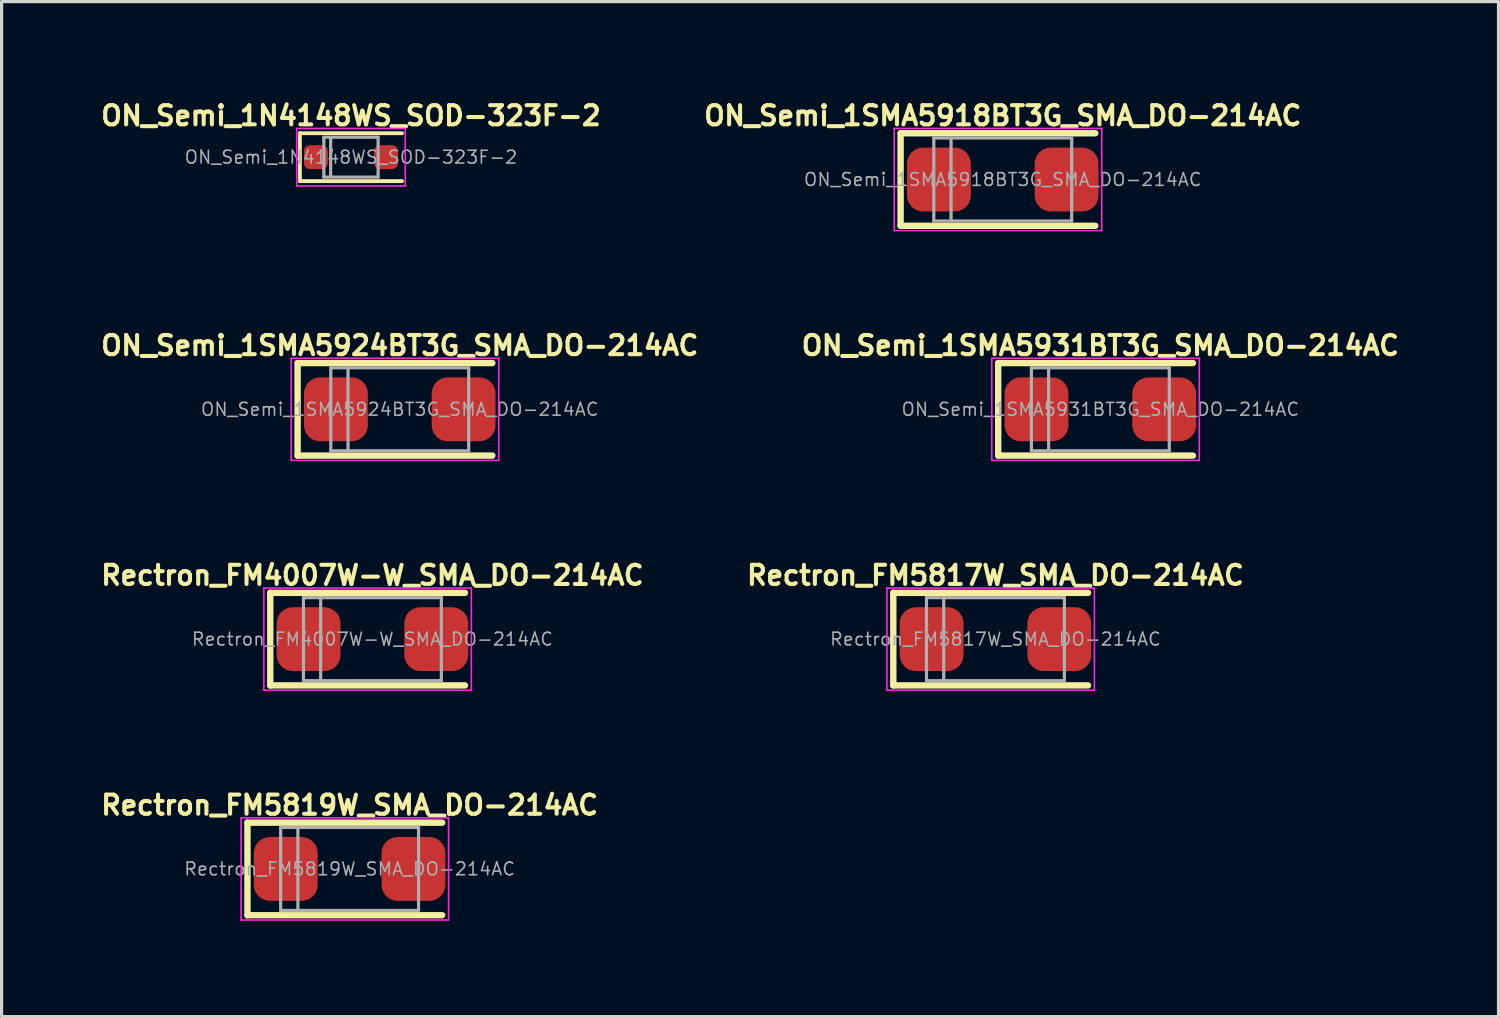
<source format=kicad_pcb>
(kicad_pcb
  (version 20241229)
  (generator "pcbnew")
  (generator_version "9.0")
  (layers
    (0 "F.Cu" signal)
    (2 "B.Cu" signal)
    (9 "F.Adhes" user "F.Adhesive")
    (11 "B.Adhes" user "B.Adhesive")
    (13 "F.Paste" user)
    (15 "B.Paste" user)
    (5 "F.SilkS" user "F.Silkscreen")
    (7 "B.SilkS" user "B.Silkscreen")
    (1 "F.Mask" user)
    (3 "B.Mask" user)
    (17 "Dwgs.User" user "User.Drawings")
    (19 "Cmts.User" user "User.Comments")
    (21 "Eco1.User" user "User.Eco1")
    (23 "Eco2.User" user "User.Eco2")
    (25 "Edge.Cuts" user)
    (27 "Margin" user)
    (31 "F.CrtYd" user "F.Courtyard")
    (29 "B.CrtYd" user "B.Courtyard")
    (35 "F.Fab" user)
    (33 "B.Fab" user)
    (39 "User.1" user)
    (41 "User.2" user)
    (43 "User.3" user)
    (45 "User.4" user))
  (footprint "ON_Semi_1SMA5924BT3G_SMA_DO-214AC"
    (layer "F.Cu")
    (at 9.473 9.773)
    (property "Reference" "ON_Semi_1SMA5924BT3G_SMA_DO-214AC" (at 0 -2 0) (layer "F.SilkS") (effects (font (size 0.6 0.6) (thickness 0.127))))
    (attr smd)
    (fp_line (start -3.2 -1.45) (end -3.2 1.45) (stroke (width 0.2) (type solid)) (layer "F.SilkS"))
    (fp_line (start -3.2 -1.45) (end 2.9 -1.45) (stroke (width 0.2) (type solid)) (layer "F.SilkS"))
    (fp_line (start -3.2 1.45) (end 2.9 1.45) (stroke (width 0.2) (type solid)) (layer "F.SilkS"))
    (fp_line (start -3.4 -1.6) (end 3.1 -1.6) (stroke (width 0.05) (type solid)) (layer "F.CrtYd"))
    (fp_line (start -3.4 1.6) (end -3.4 -1.6) (stroke (width 0.05) (type solid)) (layer "F.CrtYd"))
    (fp_line (start 3.1 -1.6) (end 3.1 1.6) (stroke (width 0.05) (type solid)) (layer "F.CrtYd"))
    (fp_line (start 3.1 1.6) (end -3.4 1.6) (stroke (width 0.05) (type solid)) (layer "F.CrtYd"))
    (fp_line (start -2.16 1.3) (end -2.16 -1.3) (stroke (width 0.1) (type solid)) (layer "F.Fab"))
    (fp_line (start -1.62 -1.3) (end -1.62 1.3) (stroke (width 0.1) (type solid)) (layer "F.Fab"))
    (fp_line (start 2.16 -1.3) (end -2.16 -1.3) (stroke (width 0.1) (type solid)) (layer "F.Fab"))
    (fp_line (start 2.16 -1.3) (end 2.16 1.3) (stroke (width 0.1) (type solid)) (layer "F.Fab"))
    (fp_line (start 2.16 1.3) (end -2.16 1.3) (stroke (width 0.1) (type solid)) (layer "F.Fab"))
    (fp_text user "${REFERENCE}" (at 0 0 0) (layer "F.Fab") (effects (font (size 0.4 0.4) (thickness 0.05))))
    (pad "1" smd roundrect (at -2 0) (size 2 2) (layers "F.Cu" "F.Mask" "F.Paste") (roundrect_rratio 0.25))
    (pad "2" smd roundrect (at 2 0) (size 2 2) (layers "F.Cu" "F.Mask" "F.Paste") (roundrect_rratio 0.25)))
  (footprint "Rectron_FM5817W_SMA_DO-214AC"
    (layer "F.Cu")
    (at 28.134 16.972)
    (property "Reference" "Rectron_FM5817W_SMA_DO-214AC" (at 0 -2 0) (layer "F.SilkS") (effects (font (size 0.6 0.6) (thickness 0.127))))
    (attr smd)
    (fp_line (start -3.2 -1.45) (end -3.2 1.45) (stroke (width 0.2) (type solid)) (layer "F.SilkS"))
    (fp_line (start -3.2 -1.45) (end 2.9 -1.45) (stroke (width 0.2) (type solid)) (layer "F.SilkS"))
    (fp_line (start -3.2 1.45) (end 2.9 1.45) (stroke (width 0.2) (type solid)) (layer "F.SilkS"))
    (fp_line (start -3.4 -1.6) (end 3.1 -1.6) (stroke (width 0.05) (type solid)) (layer "F.CrtYd"))
    (fp_line (start -3.4 1.6) (end -3.4 -1.6) (stroke (width 0.05) (type solid)) (layer "F.CrtYd"))
    (fp_line (start 3.1 -1.6) (end 3.1 1.6) (stroke (width 0.05) (type solid)) (layer "F.CrtYd"))
    (fp_line (start 3.1 1.6) (end -3.4 1.6) (stroke (width 0.05) (type solid)) (layer "F.CrtYd"))
    (fp_line (start -2.16 1.3) (end -2.16 -1.3) (stroke (width 0.1) (type solid)) (layer "F.Fab"))
    (fp_line (start -1.62 -1.3) (end -1.62 1.3) (stroke (width 0.1) (type solid)) (layer "F.Fab"))
    (fp_line (start 2.16 -1.3) (end -2.16 -1.3) (stroke (width 0.1) (type solid)) (layer "F.Fab"))
    (fp_line (start 2.16 -1.3) (end 2.16 1.3) (stroke (width 0.1) (type solid)) (layer "F.Fab"))
    (fp_line (start 2.16 1.3) (end -2.16 1.3) (stroke (width 0.1) (type solid)) (layer "F.Fab"))
    (fp_text user "${REFERENCE}" (at 0 0 0) (layer "F.Fab") (effects (font (size 0.4 0.4) (thickness 0.05))))
    (pad "1" smd roundrect (at -2 0) (size 2 2) (layers "F.Cu" "F.Mask" "F.Paste") (roundrect_rratio 0.25))
    (pad "2" smd roundrect (at 2 0) (size 2 2) (layers "F.Cu" "F.Mask" "F.Paste") (roundrect_rratio 0.25)))
  (footprint "ON_Semi_1SMA5918BT3G_SMA_DO-214AC"
    (layer "F.Cu")
    (at 28.363 2.574)
    (property "Reference" "ON_Semi_1SMA5918BT3G_SMA_DO-214AC" (at 0 -2 0) (layer "F.SilkS") (effects (font (size 0.6 0.6) (thickness 0.127))))
    (attr smd)
    (fp_line (start -3.2 -1.45) (end -3.2 1.45) (stroke (width 0.2) (type solid)) (layer "F.SilkS"))
    (fp_line (start -3.2 -1.45) (end 2.9 -1.45) (stroke (width 0.2) (type solid)) (layer "F.SilkS"))
    (fp_line (start -3.2 1.45) (end 2.9 1.45) (stroke (width 0.2) (type solid)) (layer "F.SilkS"))
    (fp_line (start -3.4 -1.6) (end 3.1 -1.6) (stroke (width 0.05) (type solid)) (layer "F.CrtYd"))
    (fp_line (start -3.4 1.6) (end -3.4 -1.6) (stroke (width 0.05) (type solid)) (layer "F.CrtYd"))
    (fp_line (start 3.1 -1.6) (end 3.1 1.6) (stroke (width 0.05) (type solid)) (layer "F.CrtYd"))
    (fp_line (start 3.1 1.6) (end -3.4 1.6) (stroke (width 0.05) (type solid)) (layer "F.CrtYd"))
    (fp_line (start -2.16 1.3) (end -2.16 -1.3) (stroke (width 0.1) (type solid)) (layer "F.Fab"))
    (fp_line (start -1.62 -1.3) (end -1.62 1.3) (stroke (width 0.1) (type solid)) (layer "F.Fab"))
    (fp_line (start 2.16 -1.3) (end -2.16 -1.3) (stroke (width 0.1) (type solid)) (layer "F.Fab"))
    (fp_line (start 2.16 -1.3) (end 2.16 1.3) (stroke (width 0.1) (type solid)) (layer "F.Fab"))
    (fp_line (start 2.16 1.3) (end -2.16 1.3) (stroke (width 0.1) (type solid)) (layer "F.Fab"))
    (fp_text user "${REFERENCE}" (at 0 0 0) (layer "F.Fab") (effects (font (size 0.4 0.4) (thickness 0.05))))
    (pad "1" smd roundrect (at -2 0) (size 2 2) (layers "F.Cu" "F.Mask" "F.Paste") (roundrect_rratio 0.25))
    (pad "2" smd roundrect (at 2 0) (size 2 2) (layers "F.Cu" "F.Mask" "F.Paste") (roundrect_rratio 0.25)))
  (footprint "ON_Semi_1N4148WS_SOD-323F-2"
    (layer "F.Cu")
    (at 7.945 1.874)
    (property "Reference" "ON_Semi_1N4148WS_SOD-323F-2" (at 0 -1.3 0) (layer "F.SilkS") (effects (font (size 0.6 0.6) (thickness 0.127))))
    (attr smd)
    (fp_line (start -1.6 -0.75) (end -1.6 0.75) (stroke (width 0.12) (type solid)) (layer "F.SilkS"))
    (fp_line (start -1.6 -0.75) (end 1.6 -0.75) (stroke (width 0.12) (type solid)) (layer "F.SilkS"))
    (fp_line (start -1.6 0.75) (end 1.6 0.75) (stroke (width 0.12) (type solid)) (layer "F.SilkS"))
    (fp_line (start -1.7 -0.9) (end -1.7 0.9) (stroke (width 0.05) (type solid)) (layer "F.CrtYd"))
    (fp_line (start -1.7 -0.9) (end 1.7 -0.9) (stroke (width 0.05) (type solid)) (layer "F.CrtYd"))
    (fp_line (start -1.7 0.9) (end 1.7 0.9) (stroke (width 0.05) (type solid)) (layer "F.CrtYd"))
    (fp_line (start 1.7 -0.9) (end 1.7 0.9) (stroke (width 0.05) (type solid)) (layer "F.CrtYd"))
    (fp_line (start -0.85 -0.625) (end -0.85 0.625) (stroke (width 0.1) (type solid)) (layer "F.Fab"))
    (fp_line (start -0.85 0.625) (end 0.85 0.625) (stroke (width 0.1) (type solid)) (layer "F.Fab"))
    (fp_line (start -0.637 -0.6) (end -0.637 0.6) (stroke (width 0.1) (type solid)) (layer "F.Fab"))
    (fp_line (start 0.85 -0.625) (end -0.85 -0.625) (stroke (width 0.1) (type solid)) (layer "F.Fab"))
    (fp_line (start 0.85 0.625) (end 0.85 -0.625) (stroke (width 0.1) (type solid)) (layer "F.Fab"))
    (fp_text user "${REFERENCE}" (at 0 0 180) (layer "F.Fab") (effects (font (size 0.4 0.4) (thickness 0.05))))
    (pad "1" smd roundrect (at -1.1 0) (size 0.75 0.75) (layers "F.Cu" "F.Mask" "F.Paste") (roundrect_rratio 0.25))
    (pad "2" smd roundrect (at 1.1 0) (size 0.75 0.75) (layers "F.Cu" "F.Mask" "F.Paste") (roundrect_rratio 0.25)))
  (footprint "Rectron_FM4007W-W_SMA_DO-214AC"
    (layer "F.Cu")
    (at 8.616 16.972)
    (property "Reference" "Rectron_FM4007W-W_SMA_DO-214AC" (at 0 -2 0) (layer "F.SilkS") (effects (font (size 0.6 0.6) (thickness 0.127))))
    (attr smd)
    (fp_line (start -3.2 -1.45) (end -3.2 1.45) (stroke (width 0.2) (type solid)) (layer "F.SilkS"))
    (fp_line (start -3.2 -1.45) (end 2.9 -1.45) (stroke (width 0.2) (type solid)) (layer "F.SilkS"))
    (fp_line (start -3.2 1.45) (end 2.9 1.45) (stroke (width 0.2) (type solid)) (layer "F.SilkS"))
    (fp_line (start -3.4 -1.6) (end 3.1 -1.6) (stroke (width 0.05) (type solid)) (layer "F.CrtYd"))
    (fp_line (start -3.4 1.6) (end -3.4 -1.6) (stroke (width 0.05) (type solid)) (layer "F.CrtYd"))
    (fp_line (start 3.1 -1.6) (end 3.1 1.6) (stroke (width 0.05) (type solid)) (layer "F.CrtYd"))
    (fp_line (start 3.1 1.6) (end -3.4 1.6) (stroke (width 0.05) (type solid)) (layer "F.CrtYd"))
    (fp_line (start -2.16 1.3) (end -2.16 -1.3) (stroke (width 0.1) (type solid)) (layer "F.Fab"))
    (fp_line (start -1.62 -1.3) (end -1.62 1.3) (stroke (width 0.1) (type solid)) (layer "F.Fab"))
    (fp_line (start 2.16 -1.3) (end -2.16 -1.3) (stroke (width 0.1) (type solid)) (layer "F.Fab"))
    (fp_line (start 2.16 -1.3) (end 2.16 1.3) (stroke (width 0.1) (type solid)) (layer "F.Fab"))
    (fp_line (start 2.16 1.3) (end -2.16 1.3) (stroke (width 0.1) (type solid)) (layer "F.Fab"))
    (fp_text user "${REFERENCE}" (at 0 0 0) (layer "F.Fab") (effects (font (size 0.4 0.4) (thickness 0.05))))
    (pad "1" smd roundrect (at -2 0) (size 2 2) (layers "F.Cu" "F.Mask" "F.Paste") (roundrect_rratio 0.25))
    (pad "2" smd roundrect (at 2 0) (size 2 2) (layers "F.Cu" "F.Mask" "F.Paste") (roundrect_rratio 0.25)))
  (footprint "Rectron_FM5819W_SMA_DO-214AC"
    (layer "F.Cu")
    (at 7.902 24.171)
    (property "Reference" "Rectron_FM5819W_SMA_DO-214AC" (at 0 -2 0) (layer "F.SilkS") (effects (font (size 0.6 0.6) (thickness 0.127))))
    (attr smd)
    (fp_line (start -3.2 -1.45) (end -3.2 1.45) (stroke (width 0.2) (type solid)) (layer "F.SilkS"))
    (fp_line (start -3.2 -1.45) (end 2.9 -1.45) (stroke (width 0.2) (type solid)) (layer "F.SilkS"))
    (fp_line (start -3.2 1.45) (end 2.9 1.45) (stroke (width 0.2) (type solid)) (layer "F.SilkS"))
    (fp_line (start -3.4 -1.6) (end 3.1 -1.6) (stroke (width 0.05) (type solid)) (layer "F.CrtYd"))
    (fp_line (start -3.4 1.6) (end -3.4 -1.6) (stroke (width 0.05) (type solid)) (layer "F.CrtYd"))
    (fp_line (start 3.1 -1.6) (end 3.1 1.6) (stroke (width 0.05) (type solid)) (layer "F.CrtYd"))
    (fp_line (start 3.1 1.6) (end -3.4 1.6) (stroke (width 0.05) (type solid)) (layer "F.CrtYd"))
    (fp_line (start -2.16 1.3) (end -2.16 -1.3) (stroke (width 0.1) (type solid)) (layer "F.Fab"))
    (fp_line (start -1.62 -1.3) (end -1.62 1.3) (stroke (width 0.1) (type solid)) (layer "F.Fab"))
    (fp_line (start 2.16 -1.3) (end -2.16 -1.3) (stroke (width 0.1) (type solid)) (layer "F.Fab"))
    (fp_line (start 2.16 -1.3) (end 2.16 1.3) (stroke (width 0.1) (type solid)) (layer "F.Fab"))
    (fp_line (start 2.16 1.3) (end -2.16 1.3) (stroke (width 0.1) (type solid)) (layer "F.Fab"))
    (fp_text user "${REFERENCE}" (at 0 0 0) (layer "F.Fab") (effects (font (size 0.4 0.4) (thickness 0.05))))
    (pad "1" smd roundrect (at -2 0) (size 2 2) (layers "F.Cu" "F.Mask" "F.Paste") (roundrect_rratio 0.25))
    (pad "2" smd roundrect (at 2 0) (size 2 2) (layers "F.Cu" "F.Mask" "F.Paste") (roundrect_rratio 0.25)))
  (footprint "ON_Semi_1SMA5931BT3G_SMA_DO-214AC"
    (layer "F.Cu")
    (at 31.42 9.773)
    (property "Reference" "ON_Semi_1SMA5931BT3G_SMA_DO-214AC" (at 0 -2 0) (layer "F.SilkS") (effects (font (size 0.6 0.6) (thickness 0.127))))
    (attr smd)
    (fp_line (start -3.2 -1.45) (end -3.2 1.45) (stroke (width 0.2) (type solid)) (layer "F.SilkS"))
    (fp_line (start -3.2 -1.45) (end 2.9 -1.45) (stroke (width 0.2) (type solid)) (layer "F.SilkS"))
    (fp_line (start -3.2 1.45) (end 2.9 1.45) (stroke (width 0.2) (type solid)) (layer "F.SilkS"))
    (fp_line (start -3.4 -1.6) (end 3.1 -1.6) (stroke (width 0.05) (type solid)) (layer "F.CrtYd"))
    (fp_line (start -3.4 1.6) (end -3.4 -1.6) (stroke (width 0.05) (type solid)) (layer "F.CrtYd"))
    (fp_line (start 3.1 -1.6) (end 3.1 1.6) (stroke (width 0.05) (type solid)) (layer "F.CrtYd"))
    (fp_line (start 3.1 1.6) (end -3.4 1.6) (stroke (width 0.05) (type solid)) (layer "F.CrtYd"))
    (fp_line (start -2.16 1.3) (end -2.16 -1.3) (stroke (width 0.1) (type solid)) (layer "F.Fab"))
    (fp_line (start -1.62 -1.3) (end -1.62 1.3) (stroke (width 0.1) (type solid)) (layer "F.Fab"))
    (fp_line (start 2.16 -1.3) (end -2.16 -1.3) (stroke (width 0.1) (type solid)) (layer "F.Fab"))
    (fp_line (start 2.16 -1.3) (end 2.16 1.3) (stroke (width 0.1) (type solid)) (layer "F.Fab"))
    (fp_line (start 2.16 1.3) (end -2.16 1.3) (stroke (width 0.1) (type solid)) (layer "F.Fab"))
    (fp_text user "${REFERENCE}" (at 0 0 0) (layer "F.Fab") (effects (font (size 0.4 0.4) (thickness 0.05))))
    (pad "1" smd roundrect (at -2 0) (size 2 2) (layers "F.Cu" "F.Mask" "F.Paste") (roundrect_rratio 0.25))
    (pad "2" smd roundrect (at 2 0) (size 2 2) (layers "F.Cu" "F.Mask" "F.Paste") (roundrect_rratio 0.25)))
  (gr_rect
    (start -3 -3)
    (end 43.893 28.796)
    (stroke (width 0.1) (type default))
    (fill no)
    (layer "Edge.Cuts")))
</source>
